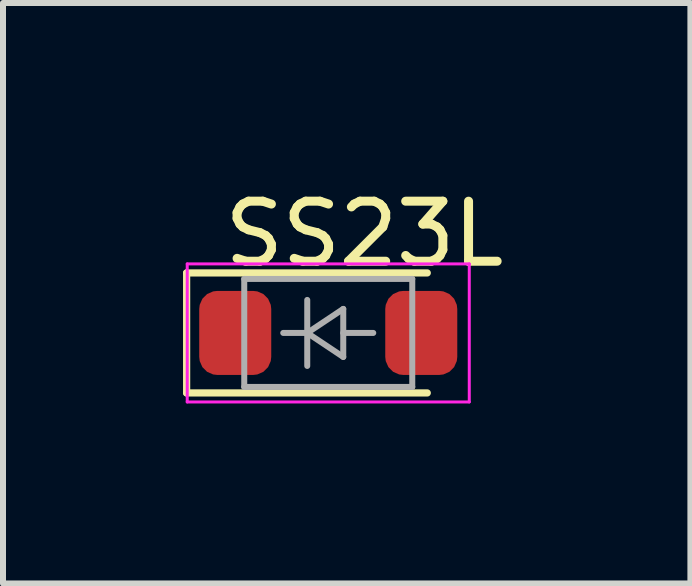
<source format=kicad_pcb>
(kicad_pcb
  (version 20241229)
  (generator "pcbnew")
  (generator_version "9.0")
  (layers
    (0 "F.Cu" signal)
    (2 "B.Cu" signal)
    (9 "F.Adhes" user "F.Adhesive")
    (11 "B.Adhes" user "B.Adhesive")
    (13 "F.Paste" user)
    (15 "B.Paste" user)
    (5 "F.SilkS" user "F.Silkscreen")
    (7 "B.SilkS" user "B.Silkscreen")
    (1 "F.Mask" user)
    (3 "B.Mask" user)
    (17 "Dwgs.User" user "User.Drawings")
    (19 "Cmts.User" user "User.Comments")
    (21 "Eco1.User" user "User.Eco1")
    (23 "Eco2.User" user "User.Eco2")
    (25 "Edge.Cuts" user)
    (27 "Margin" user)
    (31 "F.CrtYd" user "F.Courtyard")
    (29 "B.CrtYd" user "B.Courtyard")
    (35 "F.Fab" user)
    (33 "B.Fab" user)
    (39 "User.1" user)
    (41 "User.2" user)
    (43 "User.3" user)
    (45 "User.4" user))
  (footprint "SS23L"
    (layer "F.Cu")
    (at 2.42 2.498)
    (property "Reference" "SS23L" (at 0.6 -1.65 0) (unlocked yes) (layer "F.SilkS") (effects (font (size 1 1) (thickness 0.15))))
    (attr smd)
    (fp_line (start -2.36 -1) (end -2.36 1) (stroke (width 0.12) (type solid)) (layer "F.SilkS"))
    (fp_line (start -2.36 -1) (end 1.65 -1) (stroke (width 0.12) (type solid)) (layer "F.SilkS"))
    (fp_line (start -2.36 1) (end 1.65 1) (stroke (width 0.12) (type solid)) (layer "F.SilkS"))
    (fp_line (start -2.35 -1.15) (end -2.35 1.15) (stroke (width 0.05) (type solid)) (layer "F.CrtYd"))
    (fp_line (start -2.35 -1.15) (end 2.35 -1.15) (stroke (width 0.05) (type solid)) (layer "F.CrtYd"))
    (fp_line (start 2.35 -1.15) (end 2.35 1.15) (stroke (width 0.05) (type solid)) (layer "F.CrtYd"))
    (fp_line (start 2.35 1.15) (end -2.35 1.15) (stroke (width 0.05) (type solid)) (layer "F.CrtYd"))
    (fp_line (start -1.4 -0.9) (end 1.4 -0.9) (stroke (width 0.1) (type solid)) (layer "F.Fab"))
    (fp_line (start -1.4 0.9) (end -1.4 -0.9) (stroke (width 0.1) (type solid)) (layer "F.Fab"))
    (fp_line (start -0.75 0) (end -0.35 0) (stroke (width 0.1) (type solid)) (layer "F.Fab"))
    (fp_line (start -0.35 0) (end -0.35 -0.55) (stroke (width 0.1) (type solid)) (layer "F.Fab"))
    (fp_line (start -0.35 0) (end -0.35 0.55) (stroke (width 0.1) (type solid)) (layer "F.Fab"))
    (fp_line (start -0.35 0) (end 0.25 -0.4) (stroke (width 0.1) (type solid)) (layer "F.Fab"))
    (fp_line (start 0.25 -0.4) (end 0.25 0.4) (stroke (width 0.1) (type solid)) (layer "F.Fab"))
    (fp_line (start 0.25 0) (end 0.75 0) (stroke (width 0.1) (type solid)) (layer "F.Fab"))
    (fp_line (start 0.25 0.4) (end -0.35 0) (stroke (width 0.1) (type solid)) (layer "F.Fab"))
    (fp_line (start 1.4 -0.9) (end 1.4 0.9) (stroke (width 0.1) (type solid)) (layer "F.Fab"))
    (fp_line (start 1.4 0.9) (end -1.4 0.9) (stroke (width 0.1) (type solid)) (layer "F.Fab"))
    (pad "1" smd roundrect (at -1.55 0) (size 1.2 1.4) (layers "F.Cu" "F.Mask" "F.Paste") (roundrect_rratio 0.25))
    (pad "2" smd roundrect (at 1.55 0) (size 1.2 1.4) (layers "F.Cu" "F.Mask" "F.Paste") (roundrect_rratio 0.25)))
  (gr_rect
    (start -3 -3)
    (end 8.455 6.673)
    (stroke (width 0.1) (type default))
    (fill no)
    (layer "Edge.Cuts")))
</source>
